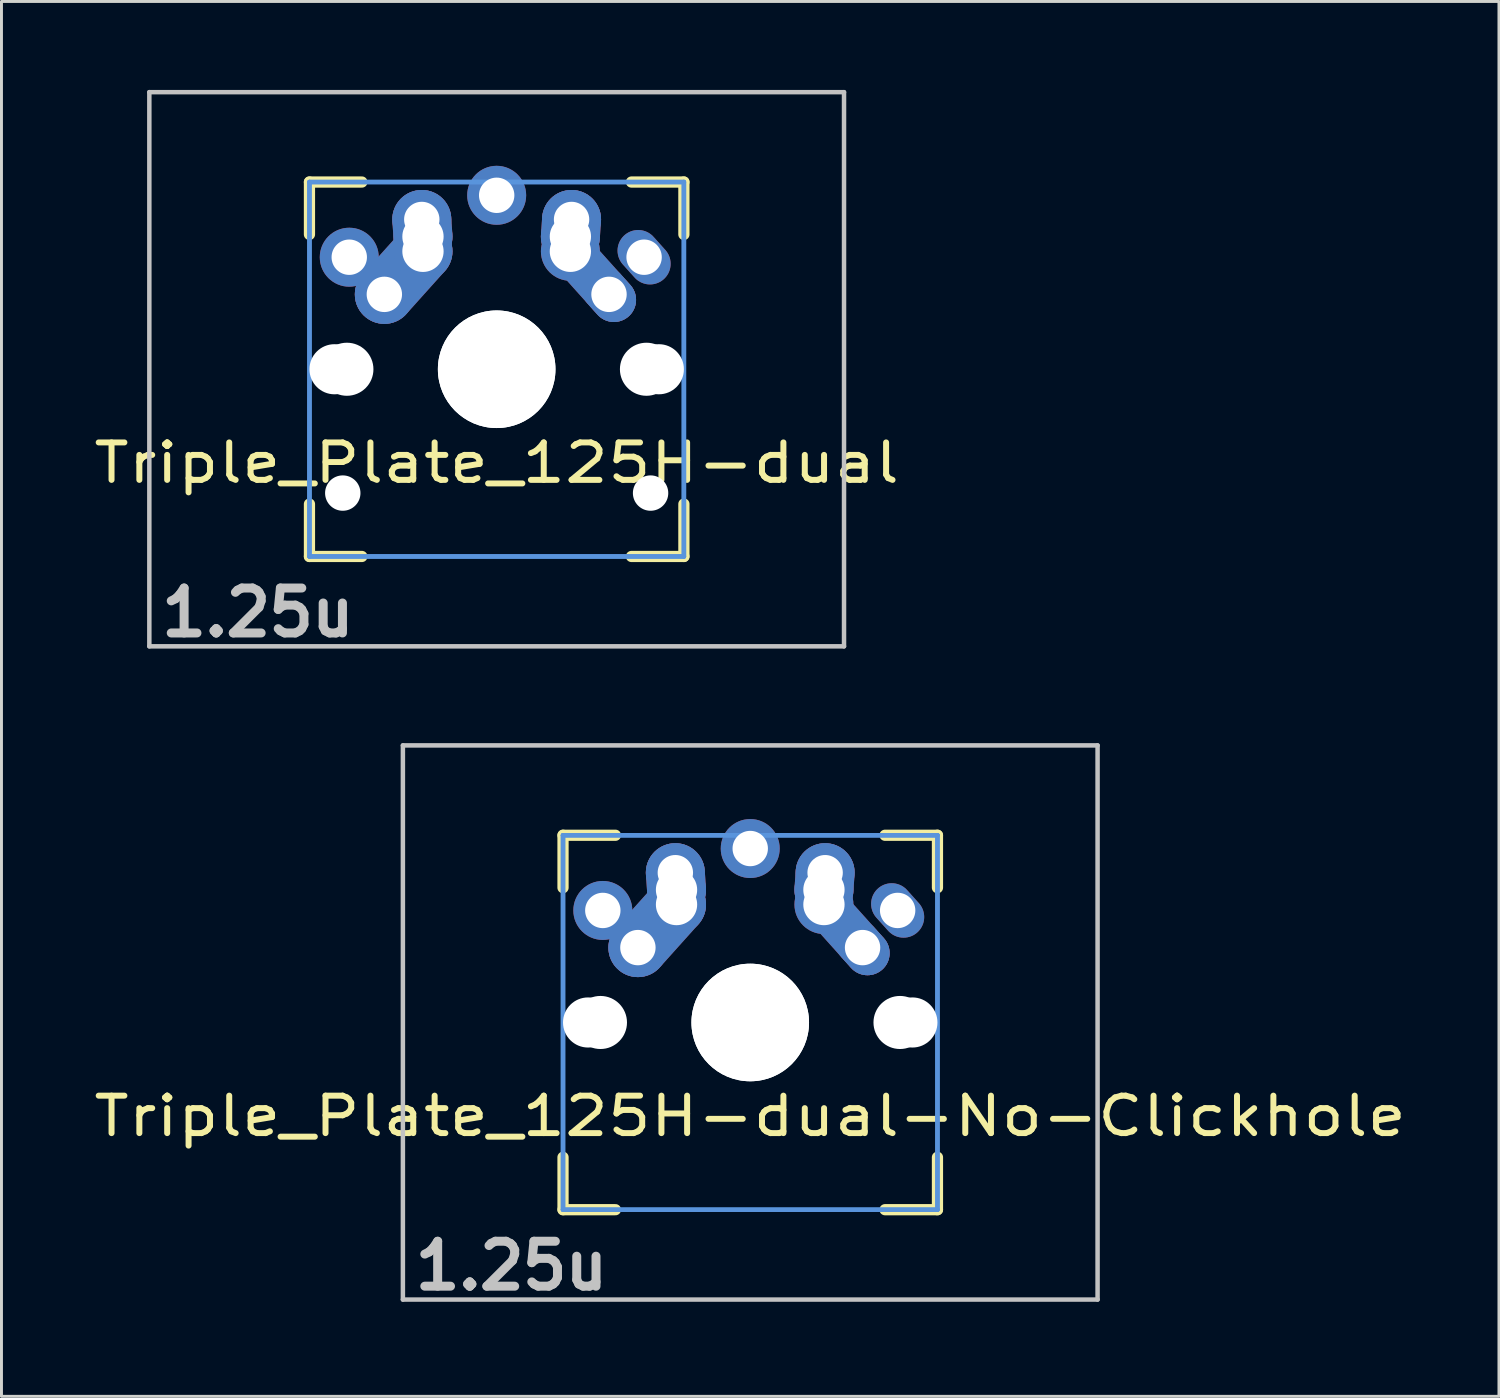
<source format=kicad_pcb>
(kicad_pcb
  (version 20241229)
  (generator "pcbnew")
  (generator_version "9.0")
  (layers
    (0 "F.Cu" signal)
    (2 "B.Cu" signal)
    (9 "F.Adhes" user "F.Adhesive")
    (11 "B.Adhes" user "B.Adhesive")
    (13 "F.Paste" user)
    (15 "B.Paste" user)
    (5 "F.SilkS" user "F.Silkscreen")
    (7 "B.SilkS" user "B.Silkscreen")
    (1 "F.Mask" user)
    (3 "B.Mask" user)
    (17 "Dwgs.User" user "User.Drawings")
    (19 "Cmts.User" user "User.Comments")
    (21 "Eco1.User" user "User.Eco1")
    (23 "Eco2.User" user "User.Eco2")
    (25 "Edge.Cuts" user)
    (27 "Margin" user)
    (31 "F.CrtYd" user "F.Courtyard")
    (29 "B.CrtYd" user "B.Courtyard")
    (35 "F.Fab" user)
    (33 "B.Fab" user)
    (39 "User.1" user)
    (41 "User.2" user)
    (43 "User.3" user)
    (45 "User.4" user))
  (footprint "Triple_Plate_125H-dual-No-Clickhole"
    (layer "F.Cu")
    (at 22.396 31.63)
    (property "Reference" "Triple_Plate_125H-dual-No-Clickhole" (at 0 3.175 0) (layer "F.SilkS") (effects (font (size 1.27 1.524) (thickness 0.203))))
    (attr through_hole)
    (fp_line (start -6.35 -6.35) (end -4.572 -6.35) (stroke (width 0.381) (type solid)) (layer "F.SilkS"))
    (fp_line (start -6.35 -4.572) (end -6.35 -6.35) (stroke (width 0.381) (type solid)) (layer "F.SilkS"))
    (fp_line (start -6.35 6.35) (end -6.35 4.572) (stroke (width 0.381) (type solid)) (layer "F.SilkS"))
    (fp_line (start -4.572 6.35) (end -6.35 6.35) (stroke (width 0.381) (type solid)) (layer "F.SilkS"))
    (fp_line (start 4.572 -6.35) (end 6.35 -6.35) (stroke (width 0.381) (type solid)) (layer "F.SilkS"))
    (fp_line (start 6.35 -6.35) (end 6.35 -4.572) (stroke (width 0.381) (type solid)) (layer "F.SilkS"))
    (fp_line (start 6.35 4.572) (end 6.35 6.35) (stroke (width 0.381) (type solid)) (layer "F.SilkS"))
    (fp_line (start 6.35 6.35) (end 4.572 6.35) (stroke (width 0.381) (type solid)) (layer "F.SilkS"))
    (fp_line (start -11.781 -9.398) (end 11.781 -9.398) (stroke (width 0.152) (type solid)) (layer "Dwgs.User"))
    (fp_line (start -11.781 9.398) (end -11.781 -9.398) (stroke (width 0.152) (type solid)) (layer "Dwgs.User"))
    (fp_line (start 11.781 -9.398) (end 11.781 9.398) (stroke (width 0.152) (type solid)) (layer "Dwgs.User"))
    (fp_line (start 11.781 9.398) (end -11.781 9.398) (stroke (width 0.152) (type solid)) (layer "Dwgs.User"))
    (fp_line (start -6.35 -6.35) (end 6.35 -6.35) (stroke (width 0.152) (type solid)) (layer "Cmts.User"))
    (fp_line (start -6.35 -6.35) (end 6.35 -6.35) (stroke (width 0.152) (type solid)) (layer "Cmts.User"))
    (fp_line (start -6.35 6.35) (end -6.35 -6.35) (stroke (width 0.152) (type solid)) (layer "Cmts.User"))
    (fp_line (start -6.35 6.35) (end -6.35 -6.35) (stroke (width 0.152) (type solid)) (layer "Cmts.User"))
    (fp_line (start 6.35 -6.35) (end 6.35 6.35) (stroke (width 0.152) (type solid)) (layer "Cmts.User"))
    (fp_line (start 6.35 -6.35) (end 6.35 6.35) (stroke (width 0.152) (type solid)) (layer "Cmts.User"))
    (fp_line (start 6.35 6.35) (end -6.35 6.35) (stroke (width 0.152) (type solid)) (layer "Cmts.User"))
    (fp_line (start 6.35 6.35) (end -6.35 6.35) (stroke (width 0.152) (type solid)) (layer "Cmts.User"))
    (fp_line (start -6.985 -6.985) (end 6.985 -6.985) (stroke (width 0.152) (type solid)) (layer "Eco2.User"))
    (fp_line (start -6.985 -6.985) (end 6.985 -6.985) (stroke (width 0.152) (type solid)) (layer "Eco2.User"))
    (fp_line (start -6.985 6.985) (end -6.985 -6.985) (stroke (width 0.152) (type solid)) (layer "Eco2.User"))
    (fp_line (start -6.985 6.985) (end -6.985 -6.985) (stroke (width 0.152) (type solid)) (layer "Eco2.User"))
    (fp_line (start 6.985 -6.985) (end 6.985 6.985) (stroke (width 0.152) (type solid)) (layer "Eco2.User"))
    (fp_line (start 6.985 -6.985) (end 6.985 6.985) (stroke (width 0.152) (type solid)) (layer "Eco2.User"))
    (fp_line (start 6.985 6.985) (end -6.985 6.985) (stroke (width 0.152) (type solid)) (layer "Eco2.User"))
    (fp_line (start 6.985 6.985) (end -6.985 6.985) (stroke (width 0.152) (type solid)) (layer "Eco2.User"))
    (fp_text user "1.25u" (at -8.098 8.255 0) (layer "Dwgs.User") (effects (font (size 1.524 1.524) (thickness 0.305))))
    (pad "" np_thru_hole circle (at -5.5 0) (size 1.7 1.7) (drill 1.7) (layers "*.Cu"))
    (pad "" np_thru_hole circle (at -5.08 0) (size 1.8 1.8) (drill 1.8) (layers "*.Cu"))
    (pad "" np_thru_hole circle (at 0 0) (size 3.988 3.988) (drill 3.988) (layers "*.Cu"))
    (pad "" np_thru_hole circle (at 0 0) (size 3.988 3.988) (drill 3.988) (layers "*.Cu"))
    (pad "" np_thru_hole circle (at 5.08 0) (size 1.8 1.8) (drill 1.8) (layers "*.Cu"))
    (pad "" np_thru_hole circle (at 5.5 0) (size 1.7 1.7) (drill 1.7) (layers "*.Cu"))
    (pad "1" thru_hole circle (at -5 -3.8 138.1) (size 2 2) (drill 1.2) (layers "*.Cu" "*.Mask"))
    (pad "1" thru_hole circle (at -3.81 -2.54) (size 2 2) (drill oval 1.2) (layers "*.Cu" "*.Mask"))
    (pad "1" smd oval (at -3.155 -3.27 138.1) (size 2 3.962) (layers "F.Cu" "F.Mask" "F.Paste"))
    (pad "1" smd oval (at -3.155 -3.27 138.1) (size 2 3.962) (layers "B.Cu" "B.Mask" "B.Paste"))
    (pad "1" thru_hole circle (at -2.54 -5.08 330.95) (size 2 2) (drill 1.2) (layers "*.Cu" "*.Mask"))
    (pad "1" smd oval (at -2.52 -4.79 3.945) (size 2 2.581) (layers "F.Cu" "F.Mask" "F.Paste"))
    (pad "1" smd oval (at -2.52 -4.79 3.945) (size 2 2.581) (layers "B.Cu" "B.Mask" "B.Paste"))
    (pad "1" thru_hole circle (at -2.5 -4.5 330.95) (size 2 2) (drill 1.4) (layers "*.Cu" "*.Mask"))
    (pad "1" thru_hole circle (at -2.5 -4 330.95) (size 2 2) (drill 1.4) (layers "*.Cu" "*.Mask"))
    (pad "1" thru_hole oval (at 5 -3.8 221.9) (size 1.4 2) (drill 1.2) (layers "*.Cu" "*.Mask"))
    (pad "2" thru_hole circle (at 0 -5.9) (size 2 2) (drill 1.2) (layers "*.Cu" "*.Mask"))
    (pad "2" thru_hole circle (at 2.5 -4.5 330.95) (size 2 2) (drill 1.4) (layers "*.Cu" "*.Mask"))
    (pad "2" thru_hole circle (at 2.5 -4) (size 2 2) (drill 1.4) (layers "*.Cu" "*.Mask"))
    (pad "2" smd oval (at 2.52 -4.79 356.055) (size 2 2.581) (layers "F.Cu" "F.Mask" "F.Paste"))
    (pad "2" smd oval (at 2.52 -4.79 356.055) (size 2 2.581) (layers "B.Cu" "B.Mask" "B.Paste"))
    (pad "2" thru_hole circle (at 2.54 -5.08 330.95) (size 2 2) (drill 1.2) (layers "*.Cu" "*.Mask"))
    (pad "2" smd oval (at 3.155 -3.27 221.9) (size 1.5 3.962) (layers "F.Cu" "F.Mask" "F.Paste"))
    (pad "2" smd oval (at 3.155 -3.27 221.9) (size 1.5 3.962) (layers "B.Cu" "B.Mask" "B.Paste"))
    (pad "2" thru_hole oval (at 3.81 -2.54 311.9) (size 2 1.5) (drill 1.2) (layers "*.Cu" "*.Mask")))
  (footprint "Triple_Plate_125H-dual"
    (layer "F.Cu")
    (at 13.796 9.474)
    (property "Reference" "Triple_Plate_125H-dual" (at 0 3.175 0) (layer "F.SilkS") (effects (font (size 1.27 1.524) (thickness 0.203))))
    (attr through_hole)
    (fp_line (start -6.35 -6.35) (end -4.572 -6.35) (stroke (width 0.381) (type solid)) (layer "F.SilkS"))
    (fp_line (start -6.35 -4.572) (end -6.35 -6.35) (stroke (width 0.381) (type solid)) (layer "F.SilkS"))
    (fp_line (start -6.35 6.35) (end -6.35 4.572) (stroke (width 0.381) (type solid)) (layer "F.SilkS"))
    (fp_line (start -4.572 6.35) (end -6.35 6.35) (stroke (width 0.381) (type solid)) (layer "F.SilkS"))
    (fp_line (start 4.572 -6.35) (end 6.35 -6.35) (stroke (width 0.381) (type solid)) (layer "F.SilkS"))
    (fp_line (start 6.35 -6.35) (end 6.35 -4.572) (stroke (width 0.381) (type solid)) (layer "F.SilkS"))
    (fp_line (start 6.35 4.572) (end 6.35 6.35) (stroke (width 0.381) (type solid)) (layer "F.SilkS"))
    (fp_line (start 6.35 6.35) (end 4.572 6.35) (stroke (width 0.381) (type solid)) (layer "F.SilkS"))
    (fp_line (start -11.781 -9.398) (end 11.781 -9.398) (stroke (width 0.152) (type solid)) (layer "Dwgs.User"))
    (fp_line (start -11.781 9.398) (end -11.781 -9.398) (stroke (width 0.152) (type solid)) (layer "Dwgs.User"))
    (fp_line (start 11.781 -9.398) (end 11.781 9.398) (stroke (width 0.152) (type solid)) (layer "Dwgs.User"))
    (fp_line (start 11.781 9.398) (end -11.781 9.398) (stroke (width 0.152) (type solid)) (layer "Dwgs.User"))
    (fp_line (start -6.35 -6.35) (end 6.35 -6.35) (stroke (width 0.152) (type solid)) (layer "Cmts.User"))
    (fp_line (start -6.35 -6.35) (end 6.35 -6.35) (stroke (width 0.152) (type solid)) (layer "Cmts.User"))
    (fp_line (start -6.35 6.35) (end -6.35 -6.35) (stroke (width 0.152) (type solid)) (layer "Cmts.User"))
    (fp_line (start -6.35 6.35) (end -6.35 -6.35) (stroke (width 0.152) (type solid)) (layer "Cmts.User"))
    (fp_line (start 6.35 -6.35) (end 6.35 6.35) (stroke (width 0.152) (type solid)) (layer "Cmts.User"))
    (fp_line (start 6.35 -6.35) (end 6.35 6.35) (stroke (width 0.152) (type solid)) (layer "Cmts.User"))
    (fp_line (start 6.35 6.35) (end -6.35 6.35) (stroke (width 0.152) (type solid)) (layer "Cmts.User"))
    (fp_line (start 6.35 6.35) (end -6.35 6.35) (stroke (width 0.152) (type solid)) (layer "Cmts.User"))
    (fp_line (start -7.5 -7.5) (end 7.5 -7.5) (stroke (width 0.152) (type solid)) (layer "Eco2.User"))
    (fp_line (start -7.5 7.5) (end -7.5 -7.5) (stroke (width 0.152) (type solid)) (layer "Eco2.User"))
    (fp_line (start -6.985 -6.985) (end 6.985 -6.985) (stroke (width 0.152) (type solid)) (layer "Eco2.User"))
    (fp_line (start -6.985 -6.985) (end 6.985 -6.985) (stroke (width 0.152) (type solid)) (layer "Eco2.User"))
    (fp_line (start -6.985 6.985) (end -6.985 -6.985) (stroke (width 0.152) (type solid)) (layer "Eco2.User"))
    (fp_line (start -6.985 6.985) (end -6.985 -6.985) (stroke (width 0.152) (type solid)) (layer "Eco2.User"))
    (fp_line (start 6.985 -6.985) (end 6.985 6.985) (stroke (width 0.152) (type solid)) (layer "Eco2.User"))
    (fp_line (start 6.985 -6.985) (end 6.985 6.985) (stroke (width 0.152) (type solid)) (layer "Eco2.User"))
    (fp_line (start 6.985 6.985) (end -6.985 6.985) (stroke (width 0.152) (type solid)) (layer "Eco2.User"))
    (fp_line (start 6.985 6.985) (end -6.985 6.985) (stroke (width 0.152) (type solid)) (layer "Eco2.User"))
    (fp_line (start 7.5 -7.5) (end 7.5 7.5) (stroke (width 0.152) (type solid)) (layer "Eco2.User"))
    (fp_line (start 7.5 7.5) (end -7.5 7.5) (stroke (width 0.152) (type solid)) (layer "Eco2.User"))
    (fp_text user "1.25u" (at -8.098 8.255 0) (layer "Dwgs.User") (effects (font (size 1.524 1.524) (thickness 0.305))))
    (pad "" np_thru_hole circle (at -5.5 0) (size 1.7 1.7) (drill 1.7) (layers "*.Cu"))
    (pad "" np_thru_hole circle (at -5.22 4.2) (size 1.2 1.2) (drill 1.2) (layers "*.Cu"))
    (pad "" np_thru_hole circle (at -5.08 0) (size 1.8 1.8) (drill 1.8) (layers "*.Cu"))
    (pad "" np_thru_hole circle (at 0 0) (size 3.988 3.988) (drill 3.988) (layers "*.Cu"))
    (pad "" np_thru_hole circle (at 0 0) (size 3.988 3.988) (drill 3.988) (layers "*.Cu"))
    (pad "" np_thru_hole circle (at 5.08 0) (size 1.8 1.8) (drill 1.8) (layers "*.Cu"))
    (pad "" np_thru_hole circle (at 5.22 4.2) (size 1.2 1.2) (drill 1.2) (layers "*.Cu"))
    (pad "" np_thru_hole circle (at 5.5 0) (size 1.7 1.7) (drill 1.7) (layers "*.Cu"))
    (pad "1" thru_hole circle (at -5 -3.8 138.1) (size 2 2) (drill 1.2) (layers "*.Cu" "*.Mask"))
    (pad "1" thru_hole circle (at -3.81 -2.54) (size 2 2) (drill oval 1.2) (layers "*.Cu" "*.Mask"))
    (pad "1" smd oval (at -3.155 -3.27 138.1) (size 2 3.962) (layers "F.Cu" "F.Mask" "F.Paste"))
    (pad "1" smd oval (at -3.155 -3.27 138.1) (size 2 3.962) (layers "B.Cu" "B.Mask" "B.Paste"))
    (pad "1" thru_hole circle (at -2.54 -5.08 330.95) (size 2 2) (drill 1.2) (layers "*.Cu" "*.Mask"))
    (pad "1" smd oval (at -2.52 -4.79 3.945) (size 2 2.581) (layers "F.Cu" "F.Mask" "F.Paste"))
    (pad "1" smd oval (at -2.52 -4.79 3.945) (size 2 2.581) (layers "B.Cu" "B.Mask" "B.Paste"))
    (pad "1" thru_hole circle (at -2.5 -4.5 330.95) (size 2 2) (drill 1.4) (layers "*.Cu" "*.Mask"))
    (pad "1" thru_hole circle (at -2.5 -4 330.95) (size 2 2) (drill 1.4) (layers "*.Cu" "*.Mask"))
    (pad "1" thru_hole oval (at 5 -3.8 221.9) (size 1.4 2) (drill 1.2) (layers "*.Cu" "*.Mask"))
    (pad "2" thru_hole circle (at 0 -5.9) (size 2 2) (drill 1.2) (layers "*.Cu" "*.Mask"))
    (pad "2" thru_hole circle (at 2.5 -4.5 330.95) (size 2 2) (drill 1.4) (layers "*.Cu" "*.Mask"))
    (pad "2" thru_hole circle (at 2.5 -4) (size 2 2) (drill 1.4) (layers "*.Cu" "*.Mask"))
    (pad "2" smd oval (at 2.52 -4.79 356.055) (size 2 2.581) (layers "F.Cu" "F.Mask" "F.Paste"))
    (pad "2" smd oval (at 2.52 -4.79 356.055) (size 2 2.581) (layers "B.Cu" "B.Mask" "B.Paste"))
    (pad "2" thru_hole circle (at 2.54 -5.08 330.95) (size 2 2) (drill 1.2) (layers "*.Cu" "*.Mask"))
    (pad "2" smd oval (at 3.155 -3.27 221.9) (size 1.5 3.962) (layers "F.Cu" "F.Mask" "F.Paste"))
    (pad "2" smd oval (at 3.155 -3.27 221.9) (size 1.5 3.962) (layers "B.Cu" "B.Mask" "B.Paste"))
    (pad "2" thru_hole oval (at 3.81 -2.54 311.9) (size 2 1.5) (drill 1.2) (layers "*.Cu" "*.Mask")))
  (gr_rect
    (start -3 -3)
    (end 47.791 44.311)
    (stroke (width 0.1) (type default))
    (fill no)
    (layer "Edge.Cuts")))
</source>
